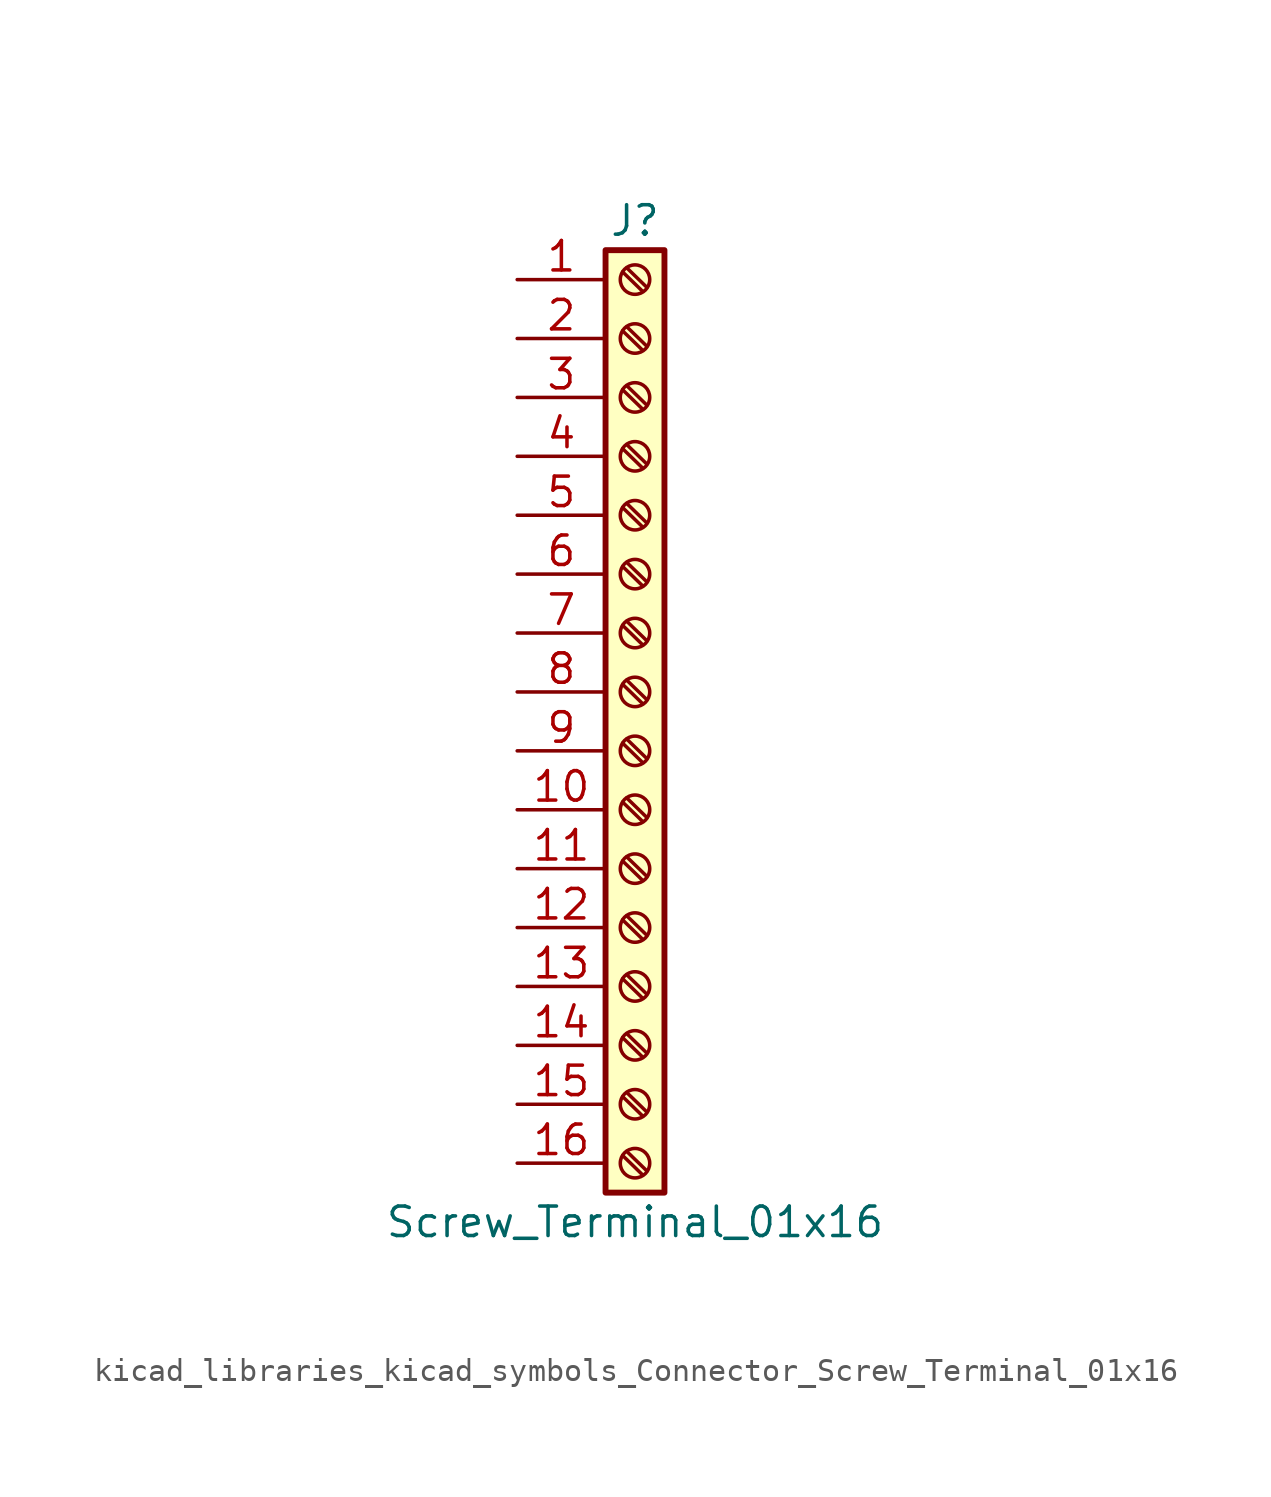
<source format=kicad_sym>
(kicad_symbol_lib
  (version 20220914)
  (generator kicad_symbol_editor)
  (symbol "kicad_libraries_kicad_symbols_Connector_Screw_Terminal_01x16"
    (pin_names
      (offset 1.016) hide)
    (property "Reference" "J"
      (at 0 20.32 0)
      (effects (font (size 1.27 1.27))))
    (property "Value" "Screw_Terminal_01x16"
      (at 0 -22.86 0)
      (effects (font (size 1.27 1.27))))
    (symbol "kicad_libraries_kicad_symbols_Connector_Screw_Terminal_01x16_1_1"
      (rectangle (start -1.27 19.05) (end 1.27 -21.59) (stroke (width 0.254) (type default)) (fill (type background)))
      (circle (center 0 -20.32) (radius 0.635) (stroke (width 0.152) (type default)) (fill (type none)))
      (circle (center 0 -17.78) (radius 0.635) (stroke (width 0.152) (type default)) (fill (type none)))
      (circle (center 0 -15.24) (radius 0.635) (stroke (width 0.152) (type default)) (fill (type none)))
      (circle (center 0 -12.7) (radius 0.635) (stroke (width 0.152) (type default)) (fill (type none)))
      (circle (center 0 -10.16) (radius 0.635) (stroke (width 0.152) (type default)) (fill (type none)))
      (circle (center 0 -7.62) (radius 0.635) (stroke (width 0.152) (type default)) (fill (type none)))
      (circle (center 0 -5.08) (radius 0.635) (stroke (width 0.152) (type default)) (fill (type none)))
      (circle (center 0 -2.54) (radius 0.635) (stroke (width 0.152) (type default)) (fill (type none)))
      (polyline (pts (xy -0.533 -19.99) (xy 0.33 -20.828)) (stroke (width 0.152) (type default)) (fill (type none)))
      (polyline (pts (xy -0.533 -17.45) (xy 0.33 -18.288)) (stroke (width 0.152) (type default)) (fill (type none)))
      (polyline (pts (xy -0.533 -14.91) (xy 0.33 -15.748)) (stroke (width 0.152) (type default)) (fill (type none)))
      (polyline (pts (xy -0.533 -12.37) (xy 0.33 -13.208)) (stroke (width 0.152) (type default)) (fill (type none)))
      (polyline (pts (xy -0.533 -9.83) (xy 0.33 -10.668)) (stroke (width 0.152) (type default)) (fill (type none)))
      (polyline (pts (xy -0.533 -7.29) (xy 0.33 -8.128)) (stroke (width 0.152) (type default)) (fill (type none)))
      (polyline (pts (xy -0.533 -4.75) (xy 0.33 -5.588)) (stroke (width 0.152) (type default)) (fill (type none)))
      (polyline (pts (xy -0.533 -2.21) (xy 0.33 -3.048)) (stroke (width 0.152) (type default)) (fill (type none)))
      (polyline (pts (xy -0.533 0.33) (xy 0.33 -0.508)) (stroke (width 0.152) (type default)) (fill (type none)))
      (polyline (pts (xy -0.533 2.87) (xy 0.33 2.032)) (stroke (width 0.152) (type default)) (fill (type none)))
      (polyline (pts (xy -0.533 5.41) (xy 0.33 4.572)) (stroke (width 0.152) (type default)) (fill (type none)))
      (polyline (pts (xy -0.533 7.95) (xy 0.33 7.112)) (stroke (width 0.152) (type default)) (fill (type none)))
      (polyline (pts (xy -0.533 10.49) (xy 0.33 9.652)) (stroke (width 0.152) (type default)) (fill (type none)))
      (polyline (pts (xy -0.533 13.03) (xy 0.33 12.192)) (stroke (width 0.152) (type default)) (fill (type none)))
      (polyline (pts (xy -0.533 15.57) (xy 0.33 14.732)) (stroke (width 0.152) (type default)) (fill (type none)))
      (polyline (pts (xy -0.533 18.11) (xy 0.33 17.272)) (stroke (width 0.152) (type default)) (fill (type none)))
      (polyline (pts (xy -0.356 -19.812) (xy 0.508 -20.65)) (stroke (width 0.152) (type default)) (fill (type none)))
      (polyline (pts (xy -0.356 -17.272) (xy 0.508 -18.11)) (stroke (width 0.152) (type default)) (fill (type none)))
      (polyline (pts (xy -0.356 -14.732) (xy 0.508 -15.57)) (stroke (width 0.152) (type default)) (fill (type none)))
      (polyline (pts (xy -0.356 -12.192) (xy 0.508 -13.03)) (stroke (width 0.152) (type default)) (fill (type none)))
      (polyline (pts (xy -0.356 -9.652) (xy 0.508 -10.49)) (stroke (width 0.152) (type default)) (fill (type none)))
      (polyline (pts (xy -0.356 -7.112) (xy 0.508 -7.95)) (stroke (width 0.152) (type default)) (fill (type none)))
      (polyline (pts (xy -0.356 -4.572) (xy 0.508 -5.41)) (stroke (width 0.152) (type default)) (fill (type none)))
      (polyline (pts (xy -0.356 -2.032) (xy 0.508 -2.87)) (stroke (width 0.152) (type default)) (fill (type none)))
      (polyline (pts (xy -0.356 0.508) (xy 0.508 -0.33)) (stroke (width 0.152) (type default)) (fill (type none)))
      (polyline (pts (xy -0.356 3.048) (xy 0.508 2.21)) (stroke (width 0.152) (type default)) (fill (type none)))
      (polyline (pts (xy -0.356 5.588) (xy 0.508 4.75)) (stroke (width 0.152) (type default)) (fill (type none)))
      (polyline (pts (xy -0.356 8.128) (xy 0.508 7.29)) (stroke (width 0.152) (type default)) (fill (type none)))
      (polyline (pts (xy -0.356 10.668) (xy 0.508 9.83)) (stroke (width 0.152) (type default)) (fill (type none)))
      (polyline (pts (xy -0.356 13.208) (xy 0.508 12.37)) (stroke (width 0.152) (type default)) (fill (type none)))
      (polyline (pts (xy -0.356 15.748) (xy 0.508 14.91)) (stroke (width 0.152) (type default)) (fill (type none)))
      (polyline (pts (xy -0.356 18.288) (xy 0.508 17.45)) (stroke (width 0.152) (type default)) (fill (type none)))
      (circle (center 0 0) (radius 0.635) (stroke (width 0.152) (type default)) (fill (type none)))
      (circle (center 0 2.54) (radius 0.635) (stroke (width 0.152) (type default)) (fill (type none)))
      (circle (center 0 5.08) (radius 0.635) (stroke (width 0.152) (type default)) (fill (type none)))
      (circle (center 0 7.62) (radius 0.635) (stroke (width 0.152) (type default)) (fill (type none)))
      (circle (center 0 10.16) (radius 0.635) (stroke (width 0.152) (type default)) (fill (type none)))
      (circle (center 0 12.7) (radius 0.635) (stroke (width 0.152) (type default)) (fill (type none)))
      (circle (center 0 15.24) (radius 0.635) (stroke (width 0.152) (type default)) (fill (type none)))
      (circle (center 0 17.78) (radius 0.635) (stroke (width 0.152) (type default)) (fill (type none)))
      (pin passive line (at -5.08 17.78 0) (length 3.81) (name "Pin_1" (effects (font (size 1.27 1.27)))) (number "1" (effects (font (size 1.27 1.27)))))
      (pin passive line (at -5.08 -5.08 0) (length 3.81) (name "Pin_10" (effects (font (size 1.27 1.27)))) (number "10" (effects (font (size 1.27 1.27)))))
      (pin passive line (at -5.08 -7.62 0) (length 3.81) (name "Pin_11" (effects (font (size 1.27 1.27)))) (number "11" (effects (font (size 1.27 1.27)))))
      (pin passive line (at -5.08 -10.16 0) (length 3.81) (name "Pin_12" (effects (font (size 1.27 1.27)))) (number "12" (effects (font (size 1.27 1.27)))))
      (pin passive line (at -5.08 -12.7 0) (length 3.81) (name "Pin_13" (effects (font (size 1.27 1.27)))) (number "13" (effects (font (size 1.27 1.27)))))
      (pin passive line (at -5.08 -15.24 0) (length 3.81) (name "Pin_14" (effects (font (size 1.27 1.27)))) (number "14" (effects (font (size 1.27 1.27)))))
      (pin passive line (at -5.08 -17.78 0) (length 3.81) (name "Pin_15" (effects (font (size 1.27 1.27)))) (number "15" (effects (font (size 1.27 1.27)))))
      (pin passive line (at -5.08 -20.32 0) (length 3.81) (name "Pin_16" (effects (font (size 1.27 1.27)))) (number "16" (effects (font (size 1.27 1.27)))))
      (pin passive line (at -5.08 15.24 0) (length 3.81) (name "Pin_2" (effects (font (size 1.27 1.27)))) (number "2" (effects (font (size 1.27 1.27)))))
      (pin passive line (at -5.08 12.7 0) (length 3.81) (name "Pin_3" (effects (font (size 1.27 1.27)))) (number "3" (effects (font (size 1.27 1.27)))))
      (pin passive line (at -5.08 10.16 0) (length 3.81) (name "Pin_4" (effects (font (size 1.27 1.27)))) (number "4" (effects (font (size 1.27 1.27)))))
      (pin passive line (at -5.08 7.62 0) (length 3.81) (name "Pin_5" (effects (font (size 1.27 1.27)))) (number "5" (effects (font (size 1.27 1.27)))))
      (pin passive line (at -5.08 5.08 0) (length 3.81) (name "Pin_6" (effects (font (size 1.27 1.27)))) (number "6" (effects (font (size 1.27 1.27)))))
      (pin passive line (at -5.08 2.54 0) (length 3.81) (name "Pin_7" (effects (font (size 1.27 1.27)))) (number "7" (effects (font (size 1.27 1.27)))))
      (pin passive line (at -5.08 0 0) (length 3.81) (name "Pin_8" (effects (font (size 1.27 1.27)))) (number "8" (effects (font (size 1.27 1.27)))))
      (pin passive line (at -5.08 -2.54 0) (length 3.81) (name "Pin_9" (effects (font (size 1.27 1.27)))) (number "9" (effects (font (size 1.27 1.27))))))))
</source>
